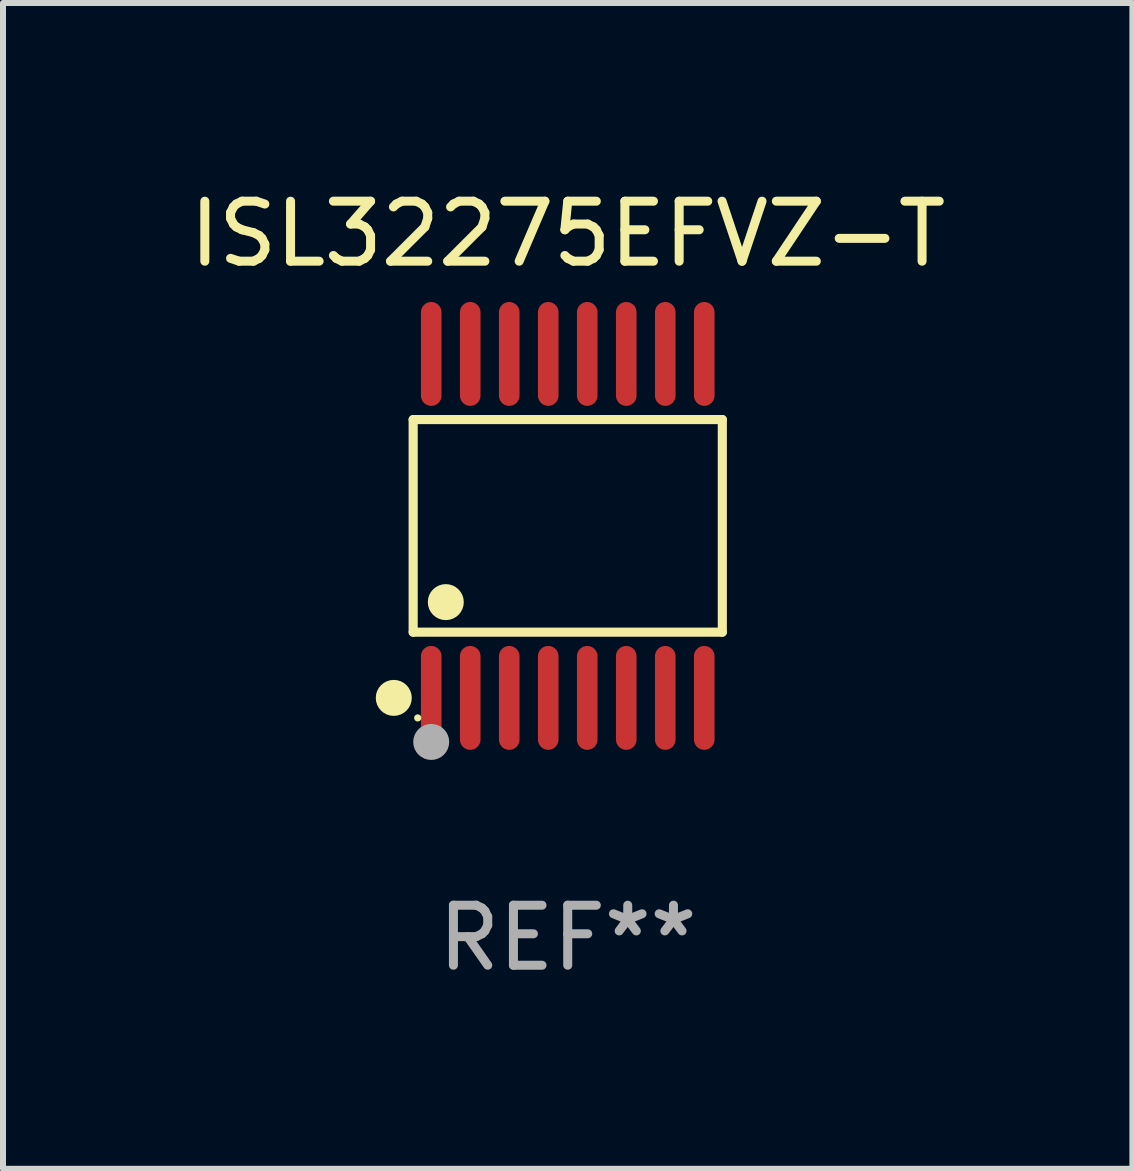
<source format=kicad_pcb>
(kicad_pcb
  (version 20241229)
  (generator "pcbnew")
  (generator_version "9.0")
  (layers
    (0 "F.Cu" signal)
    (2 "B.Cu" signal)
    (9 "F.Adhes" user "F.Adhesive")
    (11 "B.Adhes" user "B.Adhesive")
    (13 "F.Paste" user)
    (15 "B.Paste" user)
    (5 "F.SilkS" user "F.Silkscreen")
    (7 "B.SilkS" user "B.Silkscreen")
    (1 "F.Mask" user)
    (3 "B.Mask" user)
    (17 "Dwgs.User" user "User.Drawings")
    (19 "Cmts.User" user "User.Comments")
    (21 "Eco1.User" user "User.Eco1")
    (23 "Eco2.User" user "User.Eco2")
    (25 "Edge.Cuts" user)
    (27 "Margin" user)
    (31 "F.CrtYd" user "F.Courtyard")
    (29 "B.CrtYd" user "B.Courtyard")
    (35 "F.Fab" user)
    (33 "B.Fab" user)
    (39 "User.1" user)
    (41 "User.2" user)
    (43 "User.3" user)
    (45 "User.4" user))
  (footprint "ISL32275EFVZ-T"
    (layer "F.Cu")
    (at 6.411 5.714)
    (property "Reference" "ISL32275EFVZ-T" (at 0 -4.866 0) (layer "F.SilkS") (effects (font (size 1 1) (thickness 0.15))))
    (attr through_hole)
    (fp_line (start -2.576 -1.772) (end 2.576 -1.772) (stroke (width 0.152) (type solid)) (layer "F.SilkS"))
    (fp_line (start -2.576 1.771) (end -2.576 -1.772) (stroke (width 0.152) (type solid)) (layer "F.SilkS"))
    (fp_line (start 2.576 -1.772) (end 2.576 1.771) (stroke (width 0.152) (type solid)) (layer "F.SilkS"))
    (fp_line (start 2.576 1.771) (end -2.576 1.771) (stroke (width 0.152) (type solid)) (layer "F.SilkS"))
    (fp_circle (center -2.899 2.866) (end -2.749 2.866) (stroke (width 0.3) (type solid)) (fill no) (layer "F.SilkS"))
    (fp_circle (center -2.5 3.2) (end -2.47 3.2) (stroke (width 0.06) (type solid)) (fill no) (layer "F.SilkS"))
    (fp_circle (center -2.032 1.27) (end -1.882 1.27) (stroke (width 0.3) (type solid)) (fill no) (layer "F.SilkS"))
    (fp_circle (center -2.275 3.6) (end -2.125 3.6) (stroke (width 0.3) (type solid)) (fill no) (layer "F.Fab"))
    (fp_text user "REF**" (at 0 6.866 0) (layer "F.Fab") (effects (font (size 1 1) (thickness 0.15))))
    (pad "1" smd oval (at -2.275 2.866) (size 0.343 1.731) (layers "F.Cu" "F.Mask" "F.Paste"))
    (pad "2" smd oval (at -1.625 2.866) (size 0.343 1.731) (layers "F.Cu" "F.Mask" "F.Paste"))
    (pad "3" smd oval (at -0.975 2.866) (size 0.343 1.731) (layers "F.Cu" "F.Mask" "F.Paste"))
    (pad "4" smd oval (at -0.325 2.866) (size 0.343 1.731) (layers "F.Cu" "F.Mask" "F.Paste"))
    (pad "5" smd oval (at 0.325 2.866) (size 0.343 1.731) (layers "F.Cu" "F.Mask" "F.Paste"))
    (pad "6" smd oval (at 0.975 2.866) (size 0.343 1.731) (layers "F.Cu" "F.Mask" "F.Paste"))
    (pad "7" smd oval (at 1.625 2.866) (size 0.343 1.731) (layers "F.Cu" "F.Mask" "F.Paste"))
    (pad "8" smd oval (at 2.275 2.866) (size 0.343 1.731) (layers "F.Cu" "F.Mask" "F.Paste"))
    (pad "9" smd oval (at 2.275 -2.866) (size 0.343 1.731) (layers "F.Cu" "F.Mask" "F.Paste"))
    (pad "10" smd oval (at 1.625 -2.866) (size 0.343 1.731) (layers "F.Cu" "F.Mask" "F.Paste"))
    (pad "11" smd oval (at 0.975 -2.866) (size 0.343 1.731) (layers "F.Cu" "F.Mask" "F.Paste"))
    (pad "12" smd oval (at 0.325 -2.866) (size 0.343 1.731) (layers "F.Cu" "F.Mask" "F.Paste"))
    (pad "13" smd oval (at -0.325 -2.866) (size 0.343 1.731) (layers "F.Cu" "F.Mask" "F.Paste"))
    (pad "14" smd oval (at -0.975 -2.866) (size 0.343 1.731) (layers "F.Cu" "F.Mask" "F.Paste"))
    (pad "15" smd oval (at -1.625 -2.866) (size 0.343 1.731) (layers "F.Cu" "F.Mask" "F.Paste"))
    (pad "16" smd oval (at -2.275 -2.866) (size 0.343 1.731) (layers "F.Cu" "F.Mask" "F.Paste")))
  (gr_rect
    (start -3 -3)
    (end 15.821 16.428)
    (stroke (width 0.1) (type default))
    (fill no)
    (layer "Edge.Cuts")))
</source>
